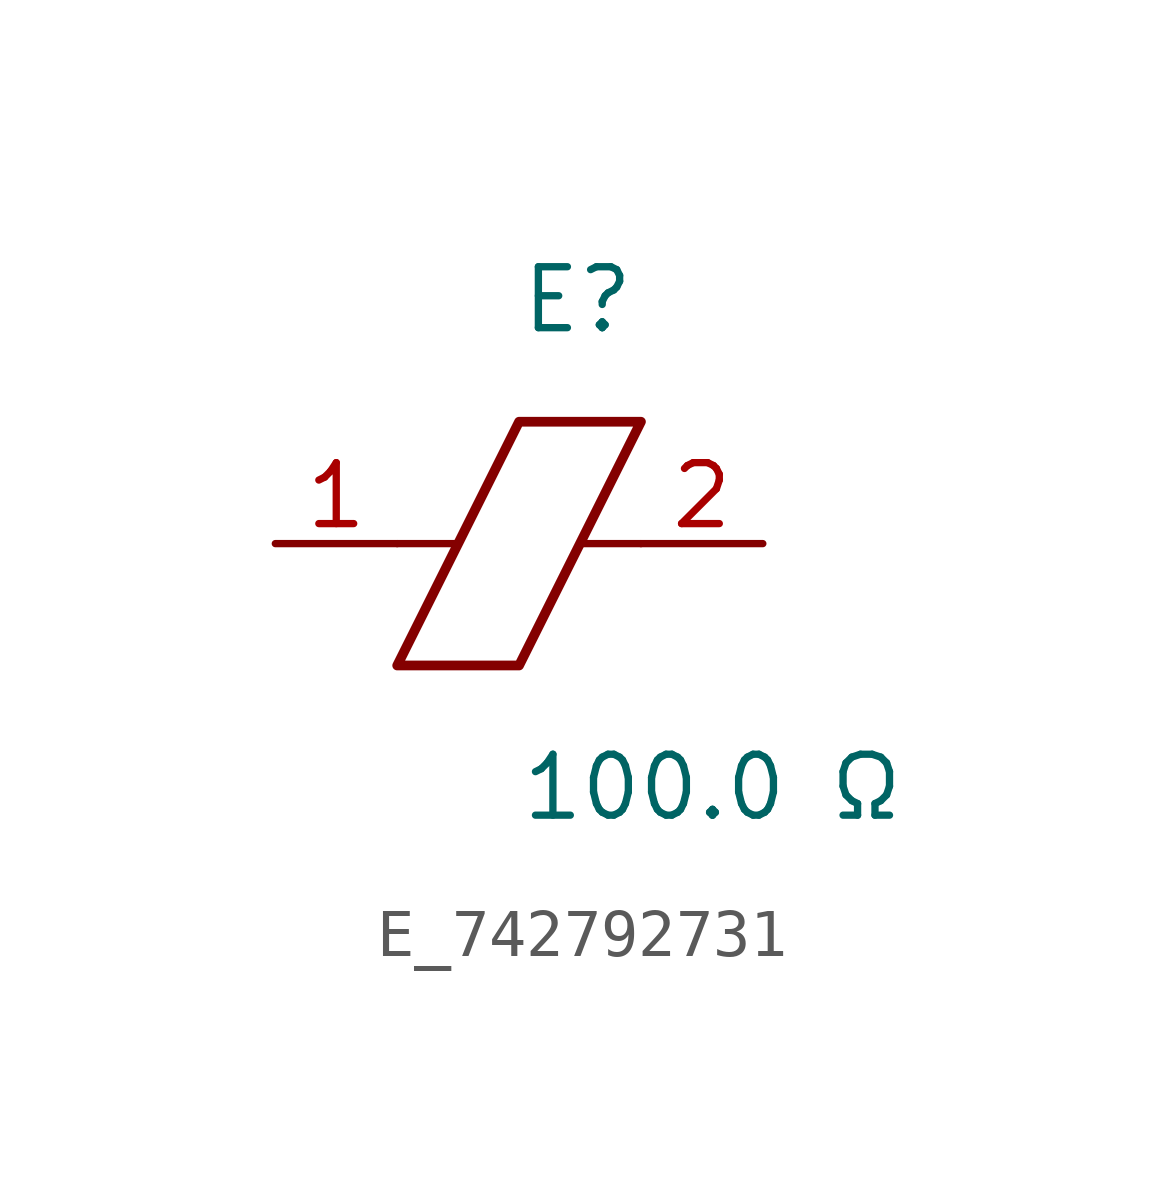
<source format=kicad_sym>
(kicad_symbol_lib
  (version 20231120)
  (generator kicad_symbol_editor)
  (generator_version 8.0)
  (symbol "E_742792731"
    (pin_names
      (offset 0.254))
    (property "Reference" "E"
      (at 0 5.08 0)
      (effects (font (size 1.27 1.27)) (justify left)))
    (property "Value" "100.0 Ω"
      (at 0 -5.08 0)
      (effects (font (size 1.27 1.27)) (justify left)))
    (symbol "E_742792731_0_1"
      (polyline (pts (xy -1.27 0) (xy -2.54 0)) (stroke (width 0) (type default)) (fill (type none)))
      (polyline (pts (xy 1.27 0) (xy 2.54 0)) (stroke (width 0) (type default)) (fill (type none)))
      (polyline (pts (xy 0 2.54) (xy 2.54 2.54) (xy 0 -2.54) (xy -2.54 -2.54) (xy 0 2.54)) (stroke (width 0.203) (type default)) (fill (type none))))
    (pin passive line
      (at -5.08 0 0)
      (length 2.54)
      (name "" (effects (font (size 1.27 1.27))))
      (number "1" (effects (font (size 1.27 1.27)))))
    (pin passive line
      (at 5.08 0 180)
      (length 2.54)
      (name "" (effects (font (size 1.27 1.27))))
      (number "2" (effects (font (size 1.27 1.27)))))))
</source>
